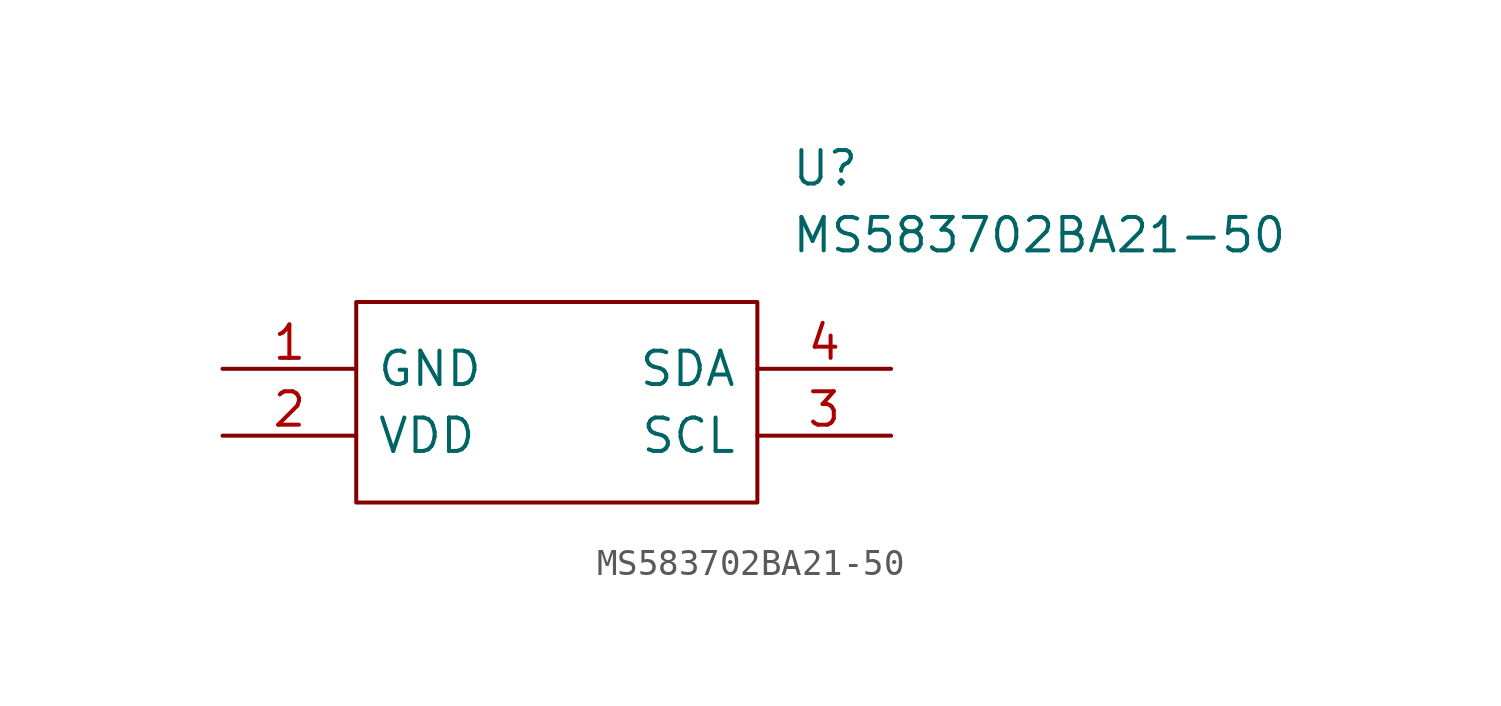
<source format=kicad_sym>
(kicad_symbol_lib
  (version 20211014)
  (generator kicad_symbol_editor)
  (symbol "MS583702BA21-50"
    (pin_names
      (offset 0.762))
    (property "Reference" "U"
      (at 21.59 7.62 0)
      (effects (font (size 1.27 1.27)) (justify left)))
    (property "Value" "MS583702BA21-50"
      (at 21.59 5.08 0)
      (effects (font (size 1.27 1.27)) (justify left)))
    (symbol "MS583702BA21-50_0_0"
      (pin passive line (at 0 0 0) (length 5.08) (name "GND" (effects (font (size 1.27 1.27)))) (number "1" (effects (font (size 1.27 1.27)))))
      (pin passive line (at 0 -2.54 0) (length 5.08) (name "VDD" (effects (font (size 1.27 1.27)))) (number "2" (effects (font (size 1.27 1.27)))))
      (pin passive line (at 25.4 -2.54 180) (length 5.08) (name "SCL" (effects (font (size 1.27 1.27)))) (number "3" (effects (font (size 1.27 1.27)))))
      (pin passive line (at 25.4 0 180) (length 5.08) (name "SDA" (effects (font (size 1.27 1.27)))) (number "4" (effects (font (size 1.27 1.27))))))
    (symbol "MS583702BA21-50_0_1"
      (polyline (pts (xy 5.08 2.54) (xy 20.32 2.54) (xy 20.32 -5.08) (xy 5.08 -5.08) (xy 5.08 2.54)) (stroke (width 0.152) (type default) (color 0 0 0 0)) (fill (type none))))))
</source>
